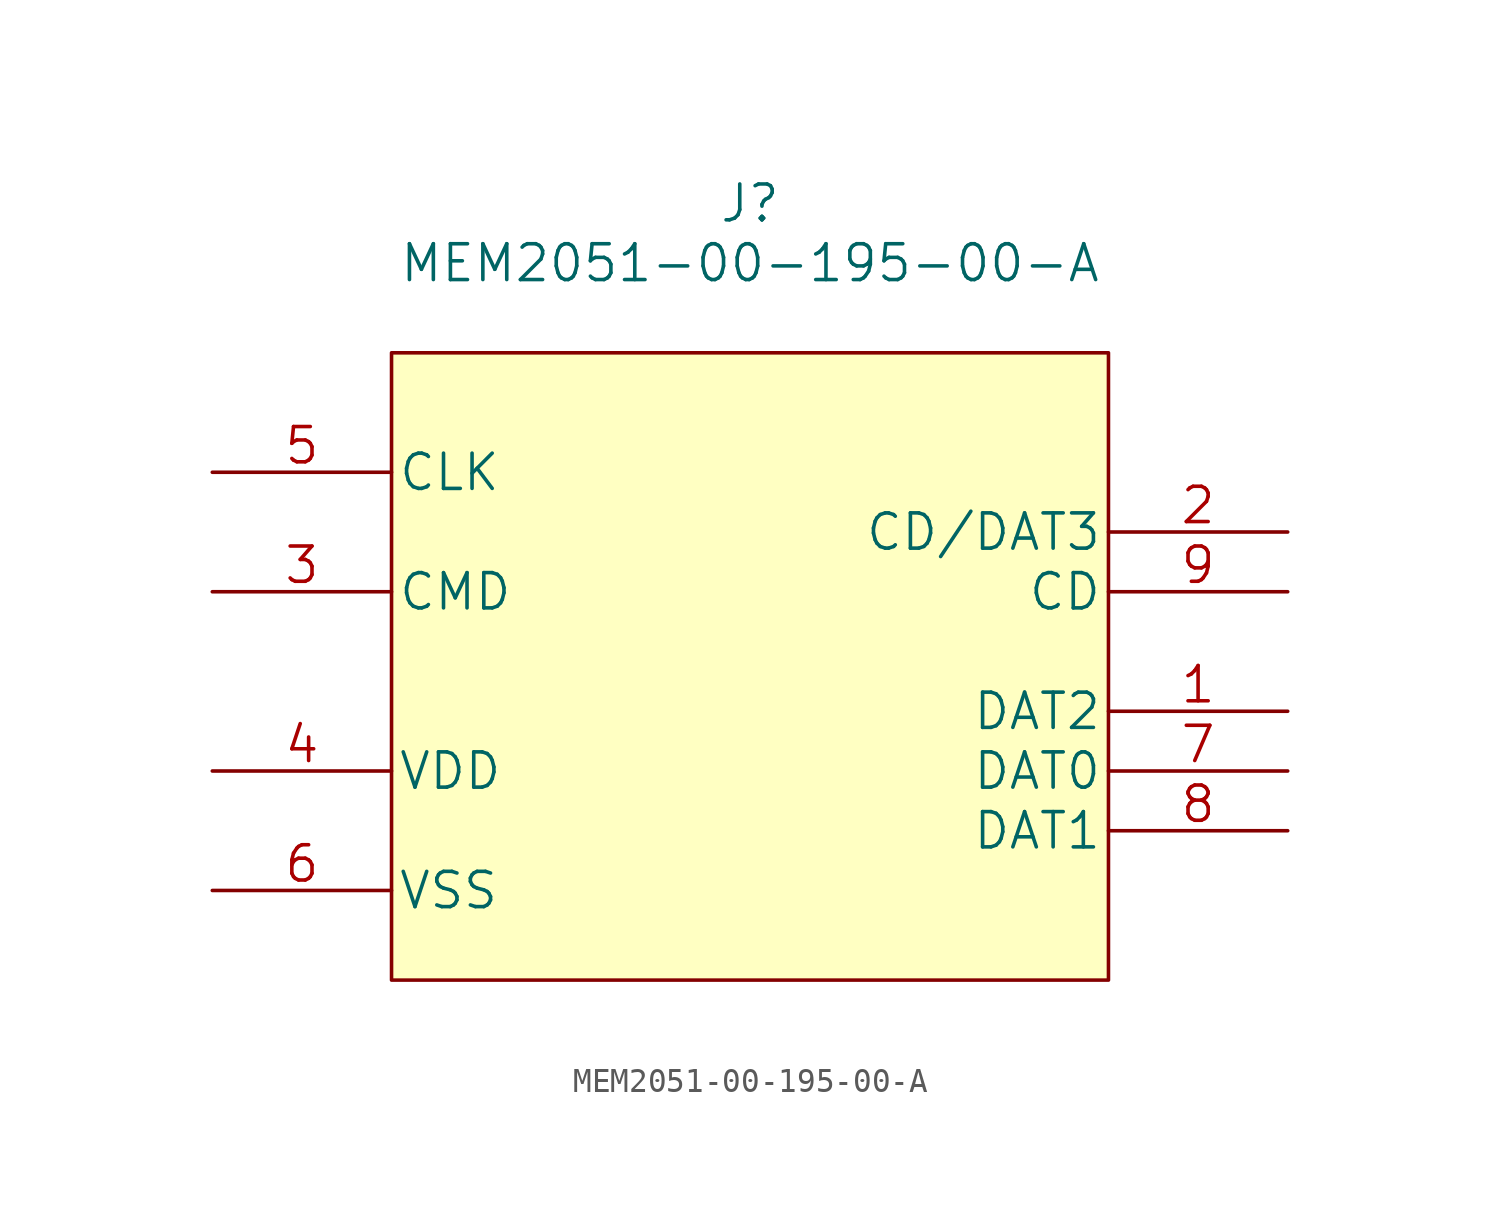
<source format=kicad_sym>
(kicad_symbol_lib
  (version 20211014)
  (generator kicad_symbol_editor)
  (symbol "MEM2051-00-195-00-A"
    (pin_names
      (offset 0.254))
    (property "Reference" "J"
      (at 0 20.32 0)
      (effects (font (size 1.524 1.524))))
    (property "Value" "MEM2051-00-195-00-A"
      (at 0 17.78 0)
      (effects (font (size 1.524 1.524))))
    (property "Datasheet" ""
      (at -22.86 6.35 0)
      (effects (font (size 1.524 1.524))))
    (property "ki_locked" ""
      (at 0 0 0)
      (effects (font (size 1.27 1.27))))
    (symbol "MEM2051-00-195-00-A_1_1"
      (rectangle (start -15.24 13.97) (end 15.24 -12.7) (stroke (width 0) (type default) (color 0 0 0 0)) (fill (type background)))
      (pin bidirectional line (at 22.86 -1.27 180) (length 7.62) (name "DAT2" (effects (font (size 1.499 1.499)))) (number "1" (effects (font (size 1.499 1.499)))))
      (pin unspecified line (at 22.86 6.35 180) (length 7.62) (name "CD/DAT3" (effects (font (size 1.499 1.499)))) (number "2" (effects (font (size 1.499 1.499)))))
      (pin unspecified line (at -22.86 3.81 0) (length 7.62) (name "CMD" (effects (font (size 1.499 1.499)))) (number "3" (effects (font (size 1.499 1.499)))))
      (pin power_in line (at -22.86 -3.81 0) (length 7.62) (name "VDD" (effects (font (size 1.499 1.499)))) (number "4" (effects (font (size 1.499 1.499)))))
      (pin unspecified line (at -22.86 8.89 0) (length 7.62) (name "CLK" (effects (font (size 1.499 1.499)))) (number "5" (effects (font (size 1.499 1.499)))))
      (pin power_in line (at -22.86 -8.89 0) (length 7.62) (name "VSS" (effects (font (size 1.499 1.499)))) (number "6" (effects (font (size 1.499 1.499)))))
      (pin bidirectional line (at 22.86 -3.81 180) (length 7.62) (name "DAT0" (effects (font (size 1.499 1.499)))) (number "7" (effects (font (size 1.499 1.499)))))
      (pin bidirectional line (at 22.86 -6.35 180) (length 7.62) (name "DAT1" (effects (font (size 1.499 1.499)))) (number "8" (effects (font (size 1.499 1.499)))))
      (pin unspecified line (at 22.86 3.81 180) (length 7.62) (name "CD" (effects (font (size 1.499 1.499)))) (number "9" (effects (font (size 1.499 1.499))))))))
</source>
